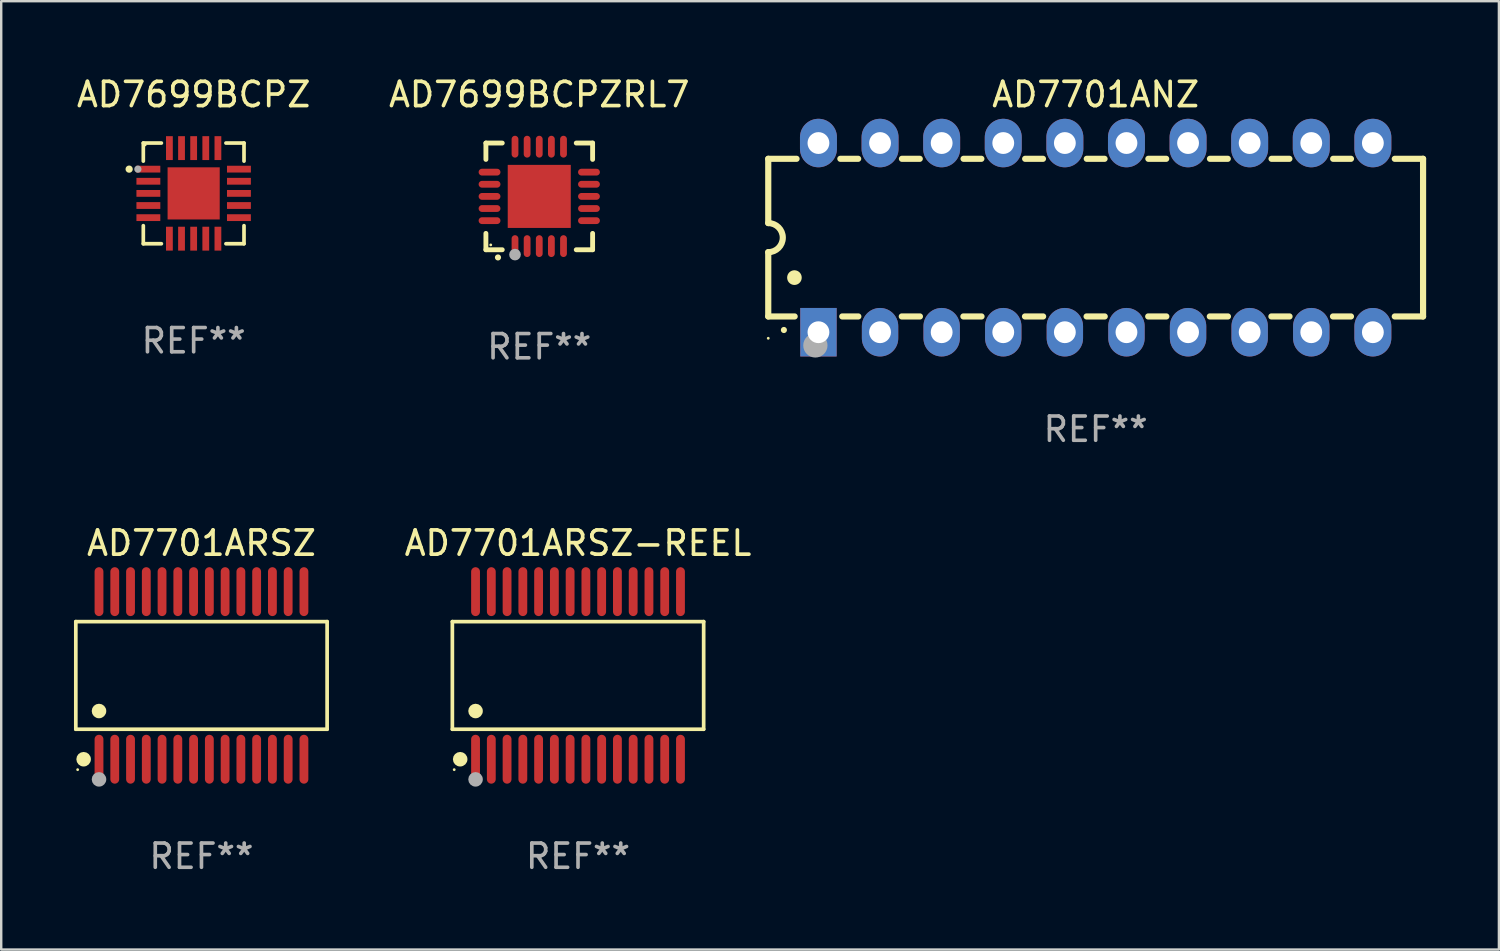
<source format=kicad_pcb>
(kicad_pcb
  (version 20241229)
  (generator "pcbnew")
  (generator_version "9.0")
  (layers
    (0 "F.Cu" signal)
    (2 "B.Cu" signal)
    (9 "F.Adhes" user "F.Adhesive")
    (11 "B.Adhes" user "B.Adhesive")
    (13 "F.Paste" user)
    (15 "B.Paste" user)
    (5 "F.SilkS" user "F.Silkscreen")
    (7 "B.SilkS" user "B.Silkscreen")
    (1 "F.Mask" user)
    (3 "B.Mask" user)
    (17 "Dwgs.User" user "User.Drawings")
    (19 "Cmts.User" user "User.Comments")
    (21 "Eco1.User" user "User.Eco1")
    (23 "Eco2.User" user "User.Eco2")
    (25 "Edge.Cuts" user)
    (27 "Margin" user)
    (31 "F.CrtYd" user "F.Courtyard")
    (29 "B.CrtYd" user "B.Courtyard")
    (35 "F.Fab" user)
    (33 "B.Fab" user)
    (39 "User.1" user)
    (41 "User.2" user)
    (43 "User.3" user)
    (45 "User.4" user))
  (footprint "AD7701ARSZ-REEL"
    (layer "F.Cu")
    (at 20.783 24.8)
    (property "Reference" "AD7701ARSZ-REEL" (at 0 -5.455 0) (layer "F.SilkS") (effects (font (size 1 1) (thickness 0.15))))
    (attr through_hole)
    (fp_line (start -5.181 -2.219) (end 5.181 -2.219) (stroke (width 0.152) (type solid)) (layer "F.SilkS"))
    (fp_line (start -5.181 2.219) (end -5.181 -2.219) (stroke (width 0.152) (type solid)) (layer "F.SilkS"))
    (fp_line (start 5.181 -2.219) (end 5.181 2.219) (stroke (width 0.152) (type solid)) (layer "F.SilkS"))
    (fp_line (start 5.181 2.219) (end -5.181 2.219) (stroke (width 0.152) (type solid)) (layer "F.SilkS"))
    (fp_circle (center -5.105 3.885) (end -5.075 3.885) (stroke (width 0.06) (type solid)) (fill no) (layer "F.SilkS"))
    (fp_circle (center -4.859 3.455) (end -4.709 3.455) (stroke (width 0.3) (type solid)) (fill no) (layer "F.SilkS"))
    (fp_circle (center -4.225 1.467) (end -4.075 1.467) (stroke (width 0.3) (type solid)) (fill no) (layer "F.SilkS"))
    (fp_circle (center -4.225 4.285) (end -4.075 4.285) (stroke (width 0.3) (type solid)) (fill no) (layer "F.Fab"))
    (fp_text user "REF**" (at 0 7.455 0) (layer "F.Fab") (effects (font (size 1 1) (thickness 0.15))))
    (pad "1" smd oval (at -4.225 3.455) (size 0.364 2.015) (layers "F.Cu" "F.Mask" "F.Paste"))
    (pad "2" smd oval (at -3.575 3.455) (size 0.364 2.015) (layers "F.Cu" "F.Mask" "F.Paste"))
    (pad "3" smd oval (at -2.925 3.455) (size 0.364 2.015) (layers "F.Cu" "F.Mask" "F.Paste"))
    (pad "4" smd oval (at -2.275 3.455) (size 0.364 2.015) (layers "F.Cu" "F.Mask" "F.Paste"))
    (pad "5" smd oval (at -1.625 3.455) (size 0.364 2.015) (layers "F.Cu" "F.Mask" "F.Paste"))
    (pad "6" smd oval (at -0.975 3.455) (size 0.364 2.015) (layers "F.Cu" "F.Mask" "F.Paste"))
    (pad "7" smd oval (at -0.325 3.455) (size 0.364 2.015) (layers "F.Cu" "F.Mask" "F.Paste"))
    (pad "8" smd oval (at 0.325 3.455) (size 0.364 2.015) (layers "F.Cu" "F.Mask" "F.Paste"))
    (pad "9" smd oval (at 0.975 3.455) (size 0.364 2.015) (layers "F.Cu" "F.Mask" "F.Paste"))
    (pad "10" smd oval (at 1.625 3.455) (size 0.364 2.015) (layers "F.Cu" "F.Mask" "F.Paste"))
    (pad "11" smd oval (at 2.275 3.455) (size 0.364 2.015) (layers "F.Cu" "F.Mask" "F.Paste"))
    (pad "12" smd oval (at 2.925 3.455) (size 0.364 2.015) (layers "F.Cu" "F.Mask" "F.Paste"))
    (pad "13" smd oval (at 3.575 3.455) (size 0.364 2.015) (layers "F.Cu" "F.Mask" "F.Paste"))
    (pad "14" smd oval (at 4.225 3.455) (size 0.364 2.015) (layers "F.Cu" "F.Mask" "F.Paste"))
    (pad "15" smd oval (at 4.225 -3.455) (size 0.364 2.015) (layers "F.Cu" "F.Mask" "F.Paste"))
    (pad "16" smd oval (at 3.575 -3.455) (size 0.364 2.015) (layers "F.Cu" "F.Mask" "F.Paste"))
    (pad "17" smd oval (at 2.925 -3.455) (size 0.364 2.015) (layers "F.Cu" "F.Mask" "F.Paste"))
    (pad "18" smd oval (at 2.275 -3.455) (size 0.364 2.015) (layers "F.Cu" "F.Mask" "F.Paste"))
    (pad "19" smd oval (at 1.625 -3.455) (size 0.364 2.015) (layers "F.Cu" "F.Mask" "F.Paste"))
    (pad "20" smd oval (at 0.975 -3.455) (size 0.364 2.015) (layers "F.Cu" "F.Mask" "F.Paste"))
    (pad "21" smd oval (at 0.325 -3.455) (size 0.364 2.015) (layers "F.Cu" "F.Mask" "F.Paste"))
    (pad "22" smd oval (at -0.325 -3.455) (size 0.364 2.015) (layers "F.Cu" "F.Mask" "F.Paste"))
    (pad "23" smd oval (at -0.975 -3.455) (size 0.364 2.015) (layers "F.Cu" "F.Mask" "F.Paste"))
    (pad "24" smd oval (at -1.625 -3.455) (size 0.364 2.015) (layers "F.Cu" "F.Mask" "F.Paste"))
    (pad "25" smd oval (at -2.275 -3.455) (size 0.364 2.015) (layers "F.Cu" "F.Mask" "F.Paste"))
    (pad "26" smd oval (at -2.925 -3.455) (size 0.364 2.015) (layers "F.Cu" "F.Mask" "F.Paste"))
    (pad "27" smd oval (at -3.575 -3.455) (size 0.364 2.015) (layers "F.Cu" "F.Mask" "F.Paste"))
    (pad "28" smd oval (at -4.225 -3.455) (size 0.364 2.015) (layers "F.Cu" "F.Mask" "F.Paste")))
  (footprint "AD7699BCPZRL7"
    (layer "F.Cu")
    (at 19.185 5.048)
    (property "Reference" "AD7699BCPZRL7" (at 0 -4.2 0) (layer "F.SilkS") (effects (font (size 1 1) (thickness 0.15))))
    (attr through_hole)
    (fp_line (start -2.2 -2.2) (end -1.525 -2.2) (stroke (width 0.2) (type solid)) (layer "F.SilkS"))
    (fp_line (start -2.2 -1.525) (end -2.2 -2.2) (stroke (width 0.2) (type solid)) (layer "F.SilkS"))
    (fp_line (start -2.2 2.2) (end -2.2 1.525) (stroke (width 0.2) (type solid)) (layer "F.SilkS"))
    (fp_line (start -1.525 2.2) (end -2.2 2.2) (stroke (width 0.2) (type solid)) (layer "F.SilkS"))
    (fp_line (start 1.525 2.2) (end 2.2 2.2) (stroke (width 0.2) (type solid)) (layer "F.SilkS"))
    (fp_line (start 2.2 -2.2) (end 1.525 -2.2) (stroke (width 0.2) (type solid)) (layer "F.SilkS"))
    (fp_line (start 2.2 -1.525) (end 2.2 -2.2) (stroke (width 0.2) (type solid)) (layer "F.SilkS"))
    (fp_line (start 2.2 2.2) (end 2.2 1.525) (stroke (width 0.2) (type solid)) (layer "F.SilkS"))
    (fp_arc (start -1.703073 2.516612) (mid -1.701803 2.516606) (end -1.700533 2.516612) (stroke (width 0.25) (type solid)) (layer "F.SilkS"))
    (fp_circle (center -2 2) (end -1.97 2) (stroke (width 0.06) (type solid)) (fill no) (layer "F.SilkS"))
    (fp_circle (center -1 2.4) (end -0.88 2.4) (stroke (width 0.24) (type solid)) (fill no) (layer "F.Fab"))
    (fp_text user "REF**" (at 0 6.2 0) (layer "F.Fab") (effects (font (size 1 1) (thickness 0.15))))
    (pad "1" smd oval (at -1 2.05) (size 0.28 0.9) (layers "F.Cu" "F.Mask" "F.Paste"))
    (pad "2" smd oval (at -0.5 2.05) (size 0.28 0.9) (layers "F.Cu" "F.Mask" "F.Paste"))
    (pad "3" smd oval (at 0.000076 2.05) (size 0.28 0.9) (layers "F.Cu" "F.Mask" "F.Paste"))
    (pad "4" smd oval (at 0.5 2.05) (size 0.28 0.9) (layers "F.Cu" "F.Mask" "F.Paste"))
    (pad "5" smd oval (at 1 2.05) (size 0.28 0.9) (layers "F.Cu" "F.Mask" "F.Paste"))
    (pad "6" smd oval (at 2.05 1) (size 0.9 0.28) (layers "F.Cu" "F.Mask" "F.Paste"))
    (pad "7" smd oval (at 2.05 0.5) (size 0.9 0.28) (layers "F.Cu" "F.Mask" "F.Paste"))
    (pad "8" smd oval (at 2.05 0.000076) (size 0.9 0.28) (layers "F.Cu" "F.Mask" "F.Paste"))
    (pad "9" smd oval (at 2.05 -0.5) (size 0.9 0.28) (layers "F.Cu" "F.Mask" "F.Paste"))
    (pad "10" smd oval (at 2.05 -1) (size 0.9 0.28) (layers "F.Cu" "F.Mask" "F.Paste"))
    (pad "11" smd oval (at 1 -2.05) (size 0.28 0.9) (layers "F.Cu" "F.Mask" "F.Paste"))
    (pad "12" smd oval (at 0.5 -2.05) (size 0.28 0.9) (layers "F.Cu" "F.Mask" "F.Paste"))
    (pad "13" smd oval (at 0.000076 -2.05) (size 0.28 0.9) (layers "F.Cu" "F.Mask" "F.Paste"))
    (pad "14" smd oval (at -0.5 -2.05) (size 0.28 0.9) (layers "F.Cu" "F.Mask" "F.Paste"))
    (pad "15" smd oval (at -1 -2.05) (size 0.28 0.9) (layers "F.Cu" "F.Mask" "F.Paste"))
    (pad "16" smd oval (at -2.05 -1) (size 0.9 0.28) (layers "F.Cu" "F.Mask" "F.Paste"))
    (pad "17" smd oval (at -2.05 -0.5) (size 0.9 0.28) (layers "F.Cu" "F.Mask" "F.Paste"))
    (pad "18" smd oval (at -2.05 0.000076) (size 0.9 0.28) (layers "F.Cu" "F.Mask" "F.Paste"))
    (pad "19" smd oval (at -2.05 0.5) (size 0.9 0.28) (layers "F.Cu" "F.Mask" "F.Paste"))
    (pad "20" smd oval (at -2.05 1) (size 0.9 0.28) (layers "F.Cu" "F.Mask" "F.Paste"))
    (pad "21" smd rect (at 0.000076 0.000076) (size 2.6 2.6) (layers "F.Cu" "F.Mask" "F.Paste")))
  (footprint "AD7701ARSZ"
    (layer "F.Cu")
    (at 5.257 24.8)
    (property "Reference" "AD7701ARSZ" (at 0 -5.455 0) (layer "F.SilkS") (effects (font (size 1 1) (thickness 0.15))))
    (attr through_hole)
    (fp_line (start -5.181 -2.219) (end 5.181 -2.219) (stroke (width 0.152) (type solid)) (layer "F.SilkS"))
    (fp_line (start -5.181 2.219) (end -5.181 -2.219) (stroke (width 0.152) (type solid)) (layer "F.SilkS"))
    (fp_line (start 5.181 -2.219) (end 5.181 2.219) (stroke (width 0.152) (type solid)) (layer "F.SilkS"))
    (fp_line (start 5.181 2.219) (end -5.181 2.219) (stroke (width 0.152) (type solid)) (layer "F.SilkS"))
    (fp_circle (center -5.105 3.885) (end -5.075 3.885) (stroke (width 0.06) (type solid)) (fill no) (layer "F.SilkS"))
    (fp_circle (center -4.859 3.455) (end -4.709 3.455) (stroke (width 0.3) (type solid)) (fill no) (layer "F.SilkS"))
    (fp_circle (center -4.225 1.467) (end -4.075 1.467) (stroke (width 0.3) (type solid)) (fill no) (layer "F.SilkS"))
    (fp_circle (center -4.225 4.285) (end -4.075 4.285) (stroke (width 0.3) (type solid)) (fill no) (layer "F.Fab"))
    (fp_text user "REF**" (at 0 7.455 0) (layer "F.Fab") (effects (font (size 1 1) (thickness 0.15))))
    (pad "1" smd oval (at -4.225 3.455) (size 0.364 2.015) (layers "F.Cu" "F.Mask" "F.Paste"))
    (pad "2" smd oval (at -3.575 3.455) (size 0.364 2.015) (layers "F.Cu" "F.Mask" "F.Paste"))
    (pad "3" smd oval (at -2.925 3.455) (size 0.364 2.015) (layers "F.Cu" "F.Mask" "F.Paste"))
    (pad "4" smd oval (at -2.275 3.455) (size 0.364 2.015) (layers "F.Cu" "F.Mask" "F.Paste"))
    (pad "5" smd oval (at -1.625 3.455) (size 0.364 2.015) (layers "F.Cu" "F.Mask" "F.Paste"))
    (pad "6" smd oval (at -0.975 3.455) (size 0.364 2.015) (layers "F.Cu" "F.Mask" "F.Paste"))
    (pad "7" smd oval (at -0.325 3.455) (size 0.364 2.015) (layers "F.Cu" "F.Mask" "F.Paste"))
    (pad "8" smd oval (at 0.325 3.455) (size 0.364 2.015) (layers "F.Cu" "F.Mask" "F.Paste"))
    (pad "9" smd oval (at 0.975 3.455) (size 0.364 2.015) (layers "F.Cu" "F.Mask" "F.Paste"))
    (pad "10" smd oval (at 1.625 3.455) (size 0.364 2.015) (layers "F.Cu" "F.Mask" "F.Paste"))
    (pad "11" smd oval (at 2.275 3.455) (size 0.364 2.015) (layers "F.Cu" "F.Mask" "F.Paste"))
    (pad "12" smd oval (at 2.925 3.455) (size 0.364 2.015) (layers "F.Cu" "F.Mask" "F.Paste"))
    (pad "13" smd oval (at 3.575 3.455) (size 0.364 2.015) (layers "F.Cu" "F.Mask" "F.Paste"))
    (pad "14" smd oval (at 4.225 3.455) (size 0.364 2.015) (layers "F.Cu" "F.Mask" "F.Paste"))
    (pad "15" smd oval (at 4.225 -3.455) (size 0.364 2.015) (layers "F.Cu" "F.Mask" "F.Paste"))
    (pad "16" smd oval (at 3.575 -3.455) (size 0.364 2.015) (layers "F.Cu" "F.Mask" "F.Paste"))
    (pad "17" smd oval (at 2.925 -3.455) (size 0.364 2.015) (layers "F.Cu" "F.Mask" "F.Paste"))
    (pad "18" smd oval (at 2.275 -3.455) (size 0.364 2.015) (layers "F.Cu" "F.Mask" "F.Paste"))
    (pad "19" smd oval (at 1.625 -3.455) (size 0.364 2.015) (layers "F.Cu" "F.Mask" "F.Paste"))
    (pad "20" smd oval (at 0.975 -3.455) (size 0.364 2.015) (layers "F.Cu" "F.Mask" "F.Paste"))
    (pad "21" smd oval (at 0.325 -3.455) (size 0.364 2.015) (layers "F.Cu" "F.Mask" "F.Paste"))
    (pad "22" smd oval (at -0.325 -3.455) (size 0.364 2.015) (layers "F.Cu" "F.Mask" "F.Paste"))
    (pad "23" smd oval (at -0.975 -3.455) (size 0.364 2.015) (layers "F.Cu" "F.Mask" "F.Paste"))
    (pad "24" smd oval (at -1.625 -3.455) (size 0.364 2.015) (layers "F.Cu" "F.Mask" "F.Paste"))
    (pad "25" smd oval (at -2.275 -3.455) (size 0.364 2.015) (layers "F.Cu" "F.Mask" "F.Paste"))
    (pad "26" smd oval (at -2.925 -3.455) (size 0.364 2.015) (layers "F.Cu" "F.Mask" "F.Paste"))
    (pad "27" smd oval (at -3.575 -3.455) (size 0.364 2.015) (layers "F.Cu" "F.Mask" "F.Paste"))
    (pad "28" smd oval (at -4.225 -3.455) (size 0.364 2.015) (layers "F.Cu" "F.Mask" "F.Paste")))
  (footprint "AD7701ANZ"
    (layer "F.Cu")
    (at 42.127 6.748)
    (property "Reference" "AD7701ANZ" (at 0 -5.9 0) (layer "F.SilkS") (effects (font (size 1 1) (thickness 0.15))))
    (attr through_hole)
    (fp_line (start -13.5 -3.25) (end -12.333 -3.25) (stroke (width 0.254) (type solid)) (layer "F.SilkS"))
    (fp_line (start -13.5 -0.6) (end -13.5 -3.25) (stroke (width 0.254) (type solid)) (layer "F.SilkS"))
    (fp_line (start -13.5 3.25) (end -13.5 0.6) (stroke (width 0.254) (type solid)) (layer "F.SilkS"))
    (fp_line (start -13.5 3.25) (end -12.411 3.25) (stroke (width 0.254) (type solid)) (layer "F.SilkS"))
    (fp_line (start -10.527 -3.25) (end -9.793 -3.25) (stroke (width 0.254) (type solid)) (layer "F.SilkS"))
    (fp_line (start -10.449 3.25) (end -9.786 3.25) (stroke (width 0.254) (type solid)) (layer "F.SilkS"))
    (fp_line (start -7.994 3.25) (end -7.246 3.25) (stroke (width 0.254) (type solid)) (layer "F.SilkS"))
    (fp_line (start -7.987 -3.25) (end -7.253 -3.25) (stroke (width 0.254) (type solid)) (layer "F.SilkS"))
    (fp_line (start -5.454 3.25) (end -4.706 3.25) (stroke (width 0.254) (type solid)) (layer "F.SilkS"))
    (fp_line (start -5.447 -3.25) (end -4.713 -3.25) (stroke (width 0.254) (type solid)) (layer "F.SilkS"))
    (fp_line (start -2.914 3.25) (end -2.166 3.25) (stroke (width 0.254) (type solid)) (layer "F.SilkS"))
    (fp_line (start -2.907 -3.25) (end -2.173 -3.25) (stroke (width 0.254) (type solid)) (layer "F.SilkS"))
    (fp_line (start -0.374 3.25) (end 0.374 3.25) (stroke (width 0.254) (type solid)) (layer "F.SilkS"))
    (fp_line (start -0.367 -3.25) (end 0.367 -3.25) (stroke (width 0.254) (type solid)) (layer "F.SilkS"))
    (fp_line (start 2.166 3.25) (end 2.914 3.25) (stroke (width 0.254) (type solid)) (layer "F.SilkS"))
    (fp_line (start 2.173 -3.25) (end 2.907 -3.25) (stroke (width 0.254) (type solid)) (layer "F.SilkS"))
    (fp_line (start 4.706 3.25) (end 5.454 3.25) (stroke (width 0.254) (type solid)) (layer "F.SilkS"))
    (fp_line (start 4.713 -3.25) (end 5.447 -3.25) (stroke (width 0.254) (type solid)) (layer "F.SilkS"))
    (fp_line (start 7.246 3.25) (end 7.994 3.25) (stroke (width 0.254) (type solid)) (layer "F.SilkS"))
    (fp_line (start 7.253 -3.25) (end 7.987 -3.25) (stroke (width 0.254) (type solid)) (layer "F.SilkS"))
    (fp_line (start 9.786 3.25) (end 10.527 3.25) (stroke (width 0.254) (type solid)) (layer "F.SilkS"))
    (fp_line (start 9.793 -3.25) (end 10.527 -3.25) (stroke (width 0.254) (type solid)) (layer "F.SilkS"))
    (fp_line (start 12.333 -3.25) (end 13.5 -3.25) (stroke (width 0.254) (type solid)) (layer "F.SilkS"))
    (fp_line (start 12.333 3.25) (end 13.5 3.25) (stroke (width 0.254) (type solid)) (layer "F.SilkS"))
    (fp_line (start 13.5 -3.25) (end 13.5 3.25) (stroke (width 0.254) (type solid)) (layer "F.SilkS"))
    (fp_arc (start -13.500127 -0.599442) (mid -12.900406 0.000228) (end -13.500025 0.6) (stroke (width 0.254001) (type solid)) (layer "F.SilkS"))
    (fp_arc (start -12.854966 3.810008) (mid -12.854973 3.808738) (end -12.854966 3.807468) (stroke (width 0.25) (type solid)) (layer "F.SilkS"))
    (fp_arc (start -12.420625 1.651003) (mid -12.420636 1.648463) (end -12.420625 1.645923) (stroke (width 0.6) (type solid)) (layer "F.SilkS"))
    (fp_circle (center -13.5 4.15) (end -13.47 4.15) (stroke (width 0.06) (type solid)) (fill no) (layer "F.SilkS"))
    (fp_circle (center -11.557 4.445) (end -11.307 4.445) (stroke (width 0.5) (type solid)) (fill no) (layer "F.Fab"))
    (fp_text user "REF**" (at 0 7.9 0) (layer "F.Fab") (effects (font (size 1 1) (thickness 0.15))))
    (pad "1" thru_hole rect (at -11.43 3.9 90) (size 2 1.5) (drill 0.9) (layers "*.Cu" "*.Mask"))
    (pad "2" thru_hole oval (at -8.89 3.9 90) (size 2 1.5) (drill 0.9) (layers "*.Cu" "*.Mask"))
    (pad "3" thru_hole oval (at -6.35 3.9 90) (size 2 1.5) (drill 0.9) (layers "*.Cu" "*.Mask"))
    (pad "4" thru_hole oval (at -3.81 3.9 90) (size 2 1.5) (drill 0.9) (layers "*.Cu" "*.Mask"))
    (pad "5" thru_hole oval (at -1.27 3.9 90) (size 2 1.5) (drill 0.9) (layers "*.Cu" "*.Mask"))
    (pad "6" thru_hole oval (at 1.27 3.9 90) (size 2 1.5) (drill 0.9) (layers "*.Cu" "*.Mask"))
    (pad "7" thru_hole oval (at 3.81 3.9 90) (size 2 1.5) (drill 0.9) (layers "*.Cu" "*.Mask"))
    (pad "8" thru_hole oval (at 6.35 3.9 90) (size 2 1.5) (drill 0.9) (layers "*.Cu" "*.Mask"))
    (pad "9" thru_hole oval (at 8.89 3.9 90) (size 2 1.5) (drill 0.9) (layers "*.Cu" "*.Mask"))
    (pad "10" thru_hole oval (at 11.43 3.9 90) (size 2 1.524) (drill 0.9) (layers "*.Cu" "*.Mask"))
    (pad "11" thru_hole oval (at 11.43 -3.9 90) (size 2 1.524) (drill 0.9) (layers "*.Cu" "*.Mask"))
    (pad "12" thru_hole oval (at 8.89 -3.9 90) (size 2 1.524) (drill 0.9) (layers "*.Cu" "*.Mask"))
    (pad "13" thru_hole oval (at 6.35 -3.9 90) (size 2 1.524) (drill 0.9) (layers "*.Cu" "*.Mask"))
    (pad "14" thru_hole oval (at 3.81 -3.9 90) (size 2 1.524) (drill 0.9) (layers "*.Cu" "*.Mask"))
    (pad "15" thru_hole oval (at 1.27 -3.9 90) (size 2 1.524) (drill 0.9) (layers "*.Cu" "*.Mask"))
    (pad "16" thru_hole oval (at -1.27 -3.9 90) (size 2 1.524) (drill 0.9) (layers "*.Cu" "*.Mask"))
    (pad "17" thru_hole oval (at -3.81 -3.9 90) (size 2 1.524) (drill 0.9) (layers "*.Cu" "*.Mask"))
    (pad "18" thru_hole oval (at -6.35 -3.9 90) (size 2 1.524) (drill 0.9) (layers "*.Cu" "*.Mask"))
    (pad "19" thru_hole oval (at -8.89 -3.9 90) (size 2 1.524) (drill 0.9) (layers "*.Cu" "*.Mask"))
    (pad "20" thru_hole oval (at -11.43 -3.9 90) (size 2 1.524) (drill 0.9) (layers "*.Cu" "*.Mask")))
  (footprint "AD7699BCPZ"
    (layer "F.Cu")
    (at 4.935 4.924)
    (property "Reference" "AD7699BCPZ" (at 0 -4.076 0) (layer "F.SilkS") (effects (font (size 1 1) (thickness 0.15))))
    (attr through_hole)
    (fp_line (start -2.076 -2.076) (end -2.076 -1.331) (stroke (width 0.152) (type solid)) (layer "F.SilkS"))
    (fp_line (start -2.076 2.076) (end -2.076 1.331) (stroke (width 0.152) (type solid)) (layer "F.SilkS"))
    (fp_line (start -1.331 -2.076) (end -2.076 -2.076) (stroke (width 0.152) (type solid)) (layer "F.SilkS"))
    (fp_line (start -1.331 2.076) (end -2.076 2.076) (stroke (width 0.152) (type solid)) (layer "F.SilkS"))
    (fp_line (start 1.331 -2.076) (end 2.076 -2.076) (stroke (width 0.152) (type solid)) (layer "F.SilkS"))
    (fp_line (start 1.331 2.076) (end 2.076 2.076) (stroke (width 0.152) (type solid)) (layer "F.SilkS"))
    (fp_line (start 2.076 -2.076) (end 2.076 -1.331) (stroke (width 0.152) (type solid)) (layer "F.SilkS"))
    (fp_line (start 2.076 2.076) (end 2.076 1.331) (stroke (width 0.152) (type solid)) (layer "F.SilkS"))
    (fp_circle (center -2.66 -1) (end -2.585 -1) (stroke (width 0.15) (type solid)) (fill no) (layer "F.SilkS"))
    (fp_circle (center -2 -2) (end -1.97 -2) (stroke (width 0.06) (type solid)) (fill no) (layer "F.SilkS"))
    (fp_circle (center -2.3 -1) (end -2.225 -1) (stroke (width 0.15) (type solid)) (fill no) (layer "F.Fab"))
    (fp_text user "REF**" (at 0 6.076 0) (layer "F.Fab") (effects (font (size 1 1) (thickness 0.15))))
    (pad "1" smd rect (at -1.867 -1) (size 0.985 0.28) (layers "F.Cu" "F.Mask" "F.Paste"))
    (pad "2" smd rect (at -1.867 -0.5) (size 0.985 0.28) (layers "F.Cu" "F.Mask" "F.Paste"))
    (pad "3" smd rect (at -1.867 0) (size 0.985 0.28) (layers "F.Cu" "F.Mask" "F.Paste"))
    (pad "4" smd rect (at -1.867 0.5) (size 0.985 0.28) (layers "F.Cu" "F.Mask" "F.Paste"))
    (pad "5" smd rect (at -1.867 1) (size 0.985 0.28) (layers "F.Cu" "F.Mask" "F.Paste"))
    (pad "6" smd rect (at -1 1.867) (size 0.28 0.985) (layers "F.Cu" "F.Mask" "F.Paste"))
    (pad "7" smd rect (at -0.5 1.867) (size 0.28 0.985) (layers "F.Cu" "F.Mask" "F.Paste"))
    (pad "8" smd rect (at 0 1.867) (size 0.28 0.985) (layers "F.Cu" "F.Mask" "F.Paste"))
    (pad "9" smd rect (at 0.5 1.867) (size 0.28 0.985) (layers "F.Cu" "F.Mask" "F.Paste"))
    (pad "10" smd rect (at 1 1.867) (size 0.28 0.985) (layers "F.Cu" "F.Mask" "F.Paste"))
    (pad "11" smd rect (at 1.867 1) (size 0.985 0.28) (layers "F.Cu" "F.Mask" "F.Paste"))
    (pad "12" smd rect (at 1.867 0.5) (size 0.985 0.28) (layers "F.Cu" "F.Mask" "F.Paste"))
    (pad "13" smd rect (at 1.867 0) (size 0.985 0.28) (layers "F.Cu" "F.Mask" "F.Paste"))
    (pad "14" smd rect (at 1.867 -0.5) (size 0.985 0.28) (layers "F.Cu" "F.Mask" "F.Paste"))
    (pad "15" smd rect (at 1.867 -1) (size 0.985 0.28) (layers "F.Cu" "F.Mask" "F.Paste"))
    (pad "16" smd rect (at 1 -1.867) (size 0.28 0.985) (layers "F.Cu" "F.Mask" "F.Paste"))
    (pad "17" smd rect (at 0.5 -1.867) (size 0.28 0.985) (layers "F.Cu" "F.Mask" "F.Paste"))
    (pad "18" smd rect (at 0 -1.867) (size 0.28 0.985) (layers "F.Cu" "F.Mask" "F.Paste"))
    (pad "19" smd rect (at -0.5 -1.867) (size 0.28 0.985) (layers "F.Cu" "F.Mask" "F.Paste"))
    (pad "20" smd rect (at -1 -1.867) (size 0.28 0.985) (layers "F.Cu" "F.Mask" "F.Paste"))
    (pad "21" smd rect (at 0 0) (size 2.15 2.15) (layers "F.Cu" "F.Mask" "F.Paste")))
  (gr_rect
    (start -3 -3)
    (end 58.754 36.103)
    (stroke (width 0.1) (type default))
    (fill no)
    (layer "Edge.Cuts")))
</source>
